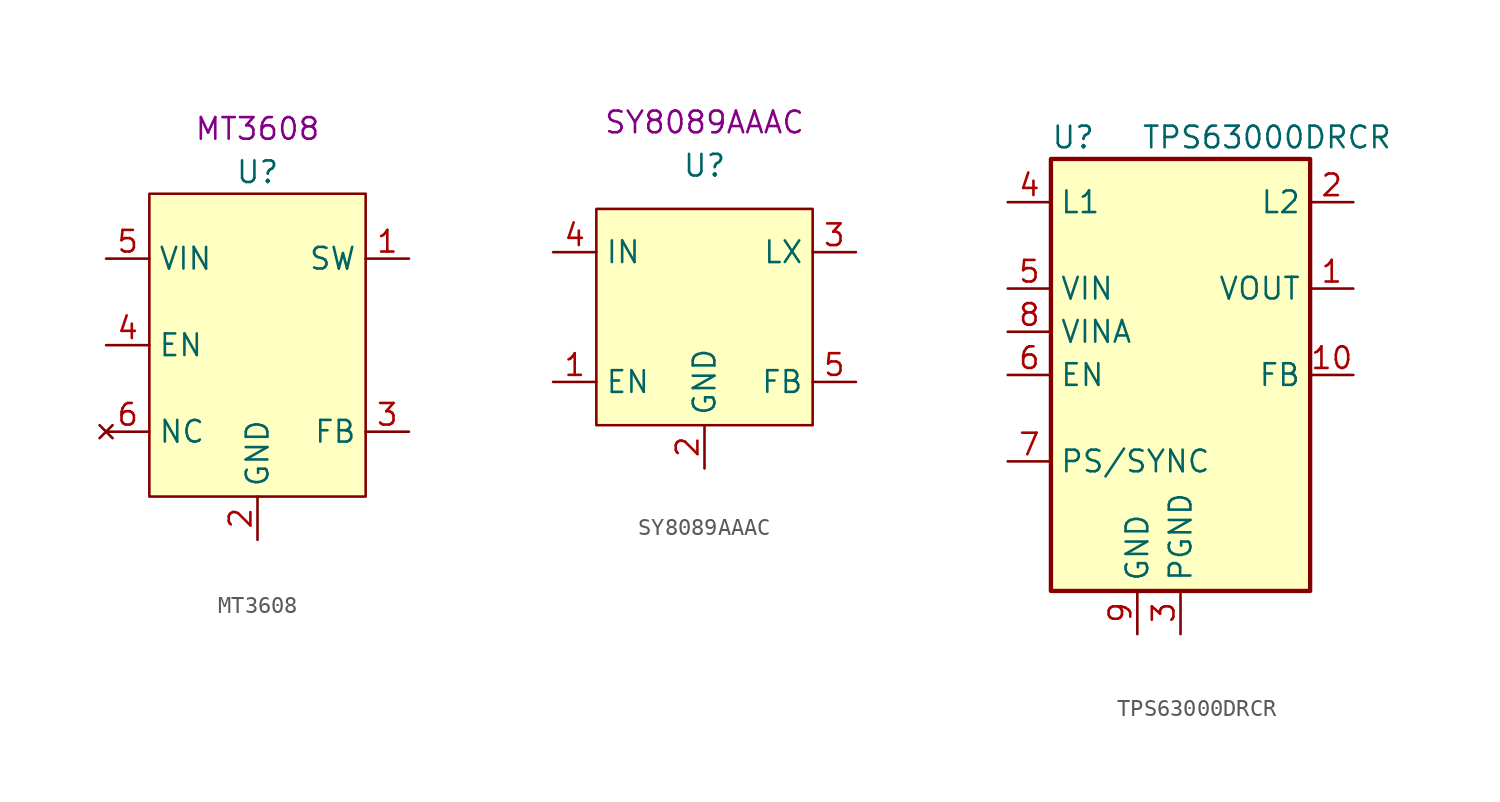
<source format=kicad_sym>
(kicad_symbol_lib
  (version 20220914)
  (generator kicad_symbol_editor)
  (symbol "MT3608"
    (property "Reference" "U"
      (at 0 10.16 0)
      (effects (font (size 1.27 1.27))))
    (property "UserValue" "MT3608"
      (at 0 12.7 0)
      (effects (font (size 1.27 1.27))))
    (symbol "MT3608_0_1"
      (rectangle (start -6.35 8.89) (end 6.35 -8.89) (stroke (width 0) (type default)) (fill (type background))))
    (symbol "MT3608_1_1"
      (pin power_out line (at 8.89 5.08 180) (length 2.54) (name "SW" (effects (font (size 1.27 1.27)))) (number "1" (effects (font (size 1.27 1.27)))))
      (pin power_in line (at 0 -11.43 90) (length 2.54) (name "GND" (effects (font (size 1.27 1.27)))) (number "2" (effects (font (size 1.27 1.27)))))
      (pin input line (at 8.89 -5.08 180) (length 2.54) (name "FB" (effects (font (size 1.27 1.27)))) (number "3" (effects (font (size 1.27 1.27)))))
      (pin input line (at -8.89 0 0) (length 2.54) (name "EN" (effects (font (size 1.27 1.27)))) (number "4" (effects (font (size 1.27 1.27)))))
      (pin power_in line (at -8.89 5.08 0) (length 2.54) (name "VIN" (effects (font (size 1.27 1.27)))) (number "5" (effects (font (size 1.27 1.27)))))
      (pin no_connect line (at -8.89 -5.08 0) (length 2.54) (name "NC" (effects (font (size 1.27 1.27)))) (number "6" (effects (font (size 1.27 1.27)))))))
  (symbol "SY8089AAAC"
    (property "Reference" "U"
      (at 0 8.89 0)
      (effects (font (size 1.27 1.27))))
    (property "UserValue" "SY8089AAAC"
      (at 0 11.43 0)
      (effects (font (size 1.27 1.27))))
    (symbol "SY8089AAAC_0_1"
      (rectangle (start -6.35 6.35) (end 6.35 -6.35) (stroke (width 0) (type default)) (fill (type background))))
    (symbol "SY8089AAAC_1_1"
      (pin input line (at -8.89 -3.81 0) (length 2.54) (name "EN" (effects (font (size 1.27 1.27)))) (number "1" (effects (font (size 1.27 1.27)))))
      (pin power_in line (at 0 -8.89 90) (length 2.54) (name "GND" (effects (font (size 1.27 1.27)))) (number "2" (effects (font (size 1.27 1.27)))))
      (pin input line (at 8.89 3.81 180) (length 2.54) (name "LX" (effects (font (size 1.27 1.27)))) (number "3" (effects (font (size 1.27 1.27)))))
      (pin power_in line (at -8.89 3.81 0) (length 2.54) (name "IN" (effects (font (size 1.27 1.27)))) (number "4" (effects (font (size 1.27 1.27)))))
      (pin input line (at 8.89 -3.81 180) (length 2.54) (name "FB" (effects (font (size 1.27 1.27)))) (number "5" (effects (font (size 1.27 1.27)))))))
  (symbol "TPS63000DRCR"
    (property "Reference" "U"
      (at -7.62 13.97 0)
      (effects (font (size 1.27 1.27)) (justify left)))
    (property "Value" "TPS63000DRCR"
      (at 5.08 13.97 0)
      (effects (font (size 1.27 1.27))))
    (symbol "TPS63000DRCR_0_1"
      (rectangle (start -7.62 12.7) (end 7.62 -12.7) (stroke (width 0.254) (type default)) (fill (type background))))
    (symbol "TPS63000DRCR_1_1"
      (pin power_out line (at 10.16 5.08 180) (length 2.54) (name "VOUT" (effects (font (size 1.27 1.27)))) (number "1" (effects (font (size 1.27 1.27)))))
      (pin input line (at 10.16 0 180) (length 2.54) (name "FB" (effects (font (size 1.27 1.27)))) (number "10" (effects (font (size 1.27 1.27)))))
      (pin passive line (at 0 -15.24 90) (length 2.54) hide (name "PGND" (effects (font (size 1.27 1.27)))) (number "11" (effects (font (size 1.27 1.27)))))
      (pin input line (at 10.16 10.16 180) (length 2.54) (name "L2" (effects (font (size 1.27 1.27)))) (number "2" (effects (font (size 1.27 1.27)))))
      (pin power_in line (at 0 -15.24 90) (length 2.54) (name "PGND" (effects (font (size 1.27 1.27)))) (number "3" (effects (font (size 1.27 1.27)))))
      (pin input line (at -10.16 10.16 0) (length 2.54) (name "L1" (effects (font (size 1.27 1.27)))) (number "4" (effects (font (size 1.27 1.27)))))
      (pin power_in line (at -10.16 5.08 0) (length 2.54) (name "VIN" (effects (font (size 1.27 1.27)))) (number "5" (effects (font (size 1.27 1.27)))))
      (pin input line (at -10.16 0 0) (length 2.54) (name "EN" (effects (font (size 1.27 1.27)))) (number "6" (effects (font (size 1.27 1.27)))))
      (pin input line (at -10.16 -5.08 0) (length 2.54) (name "PS/SYNC" (effects (font (size 1.27 1.27)))) (number "7" (effects (font (size 1.27 1.27)))))
      (pin input line (at -10.16 2.54 0) (length 2.54) (name "VINA" (effects (font (size 1.27 1.27)))) (number "8" (effects (font (size 1.27 1.27)))))
      (pin power_in line (at -2.54 -15.24 90) (length 2.54) (name "GND" (effects (font (size 1.27 1.27)))) (number "9" (effects (font (size 1.27 1.27))))))))
</source>
